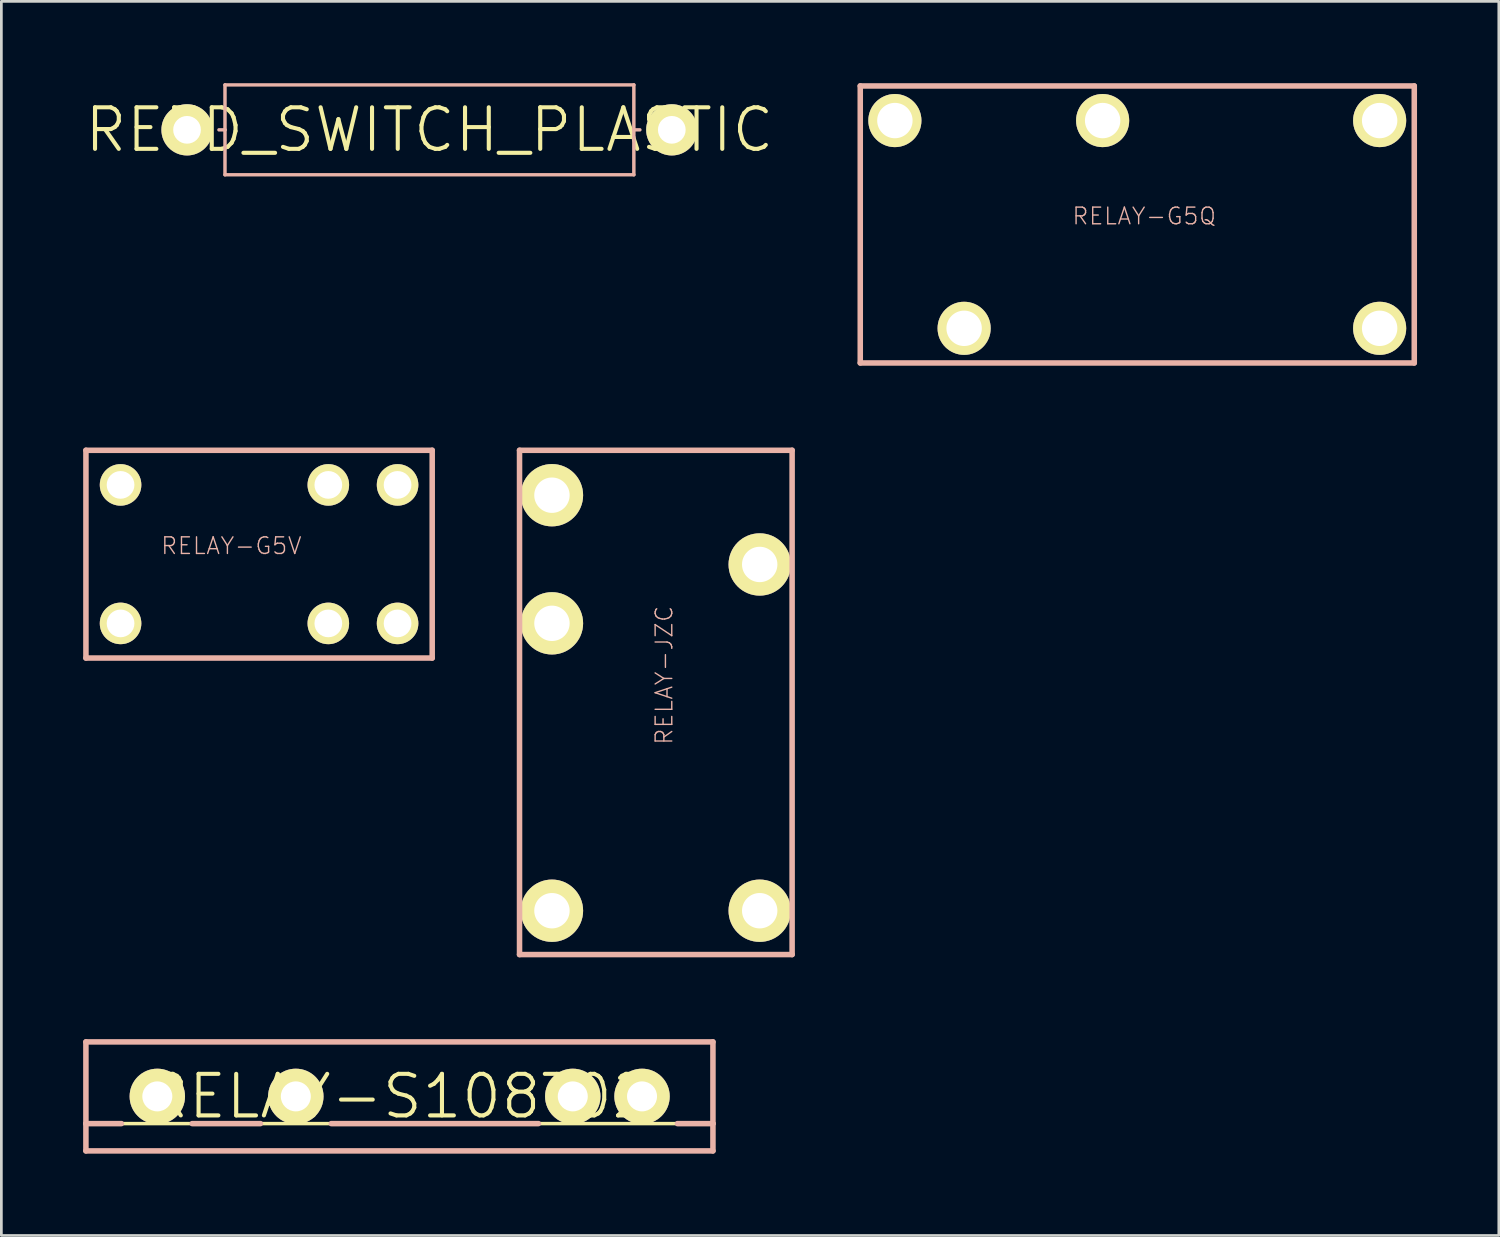
<source format=kicad_pcb>
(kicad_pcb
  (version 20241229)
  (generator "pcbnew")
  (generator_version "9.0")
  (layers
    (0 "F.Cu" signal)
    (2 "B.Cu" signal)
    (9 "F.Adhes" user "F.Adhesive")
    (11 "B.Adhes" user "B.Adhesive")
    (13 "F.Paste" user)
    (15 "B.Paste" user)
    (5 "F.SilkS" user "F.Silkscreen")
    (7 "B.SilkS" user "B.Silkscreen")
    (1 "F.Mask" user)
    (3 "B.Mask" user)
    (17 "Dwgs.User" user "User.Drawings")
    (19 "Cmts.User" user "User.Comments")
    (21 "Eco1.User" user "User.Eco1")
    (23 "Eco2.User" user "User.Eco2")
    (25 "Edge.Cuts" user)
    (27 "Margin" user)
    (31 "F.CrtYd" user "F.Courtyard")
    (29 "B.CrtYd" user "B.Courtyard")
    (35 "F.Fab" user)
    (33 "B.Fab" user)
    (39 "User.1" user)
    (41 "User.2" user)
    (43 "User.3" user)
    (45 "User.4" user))
  (footprint "REED_SWITCH_PLASTIC"
    (layer "F.Cu")
    (at 12.7 1.712)
    (property "Reference" "REED_SWITCH_PLASTIC" (at 0 0 0) (layer "F.SilkS") (effects (font (size 1.524 1.524) (thickness 0.15))))
    (attr exclude_from_pos_files exclude_from_bom)
    (fp_line (start -7.498 -1.648) (end 7.498 -1.648) (stroke (width 0.127) (type solid)) (layer "B.SilkS"))
    (fp_line (start -7.498 0) (end -7.719 0) (stroke (width 0.127) (type solid)) (layer "B.SilkS"))
    (fp_line (start -7.498 0) (end -7.498 -1.648) (stroke (width 0.127) (type solid)) (layer "B.SilkS"))
    (fp_line (start -7.498 1.648) (end -7.498 0) (stroke (width 0.127) (type solid)) (layer "B.SilkS"))
    (fp_line (start -7.498 1.648) (end 7.498 1.648) (stroke (width 0.127) (type solid)) (layer "B.SilkS"))
    (fp_line (start 7.498 -1.648) (end 7.498 0) (stroke (width 0.127) (type solid)) (layer "B.SilkS"))
    (fp_line (start 7.498 0) (end 7.498 1.648) (stroke (width 0.127) (type solid)) (layer "B.SilkS"))
    (fp_line (start 7.498 0) (end 7.719 0) (stroke (width 0.127) (type solid)) (layer "B.SilkS"))
    (pad "P$1" thru_hole circle (at -8.89 0) (size 1.88 1.88) (drill 1.016) (layers "*.Cu" "F.Mask" "F.SilkS" "F.Paste"))
    (pad "P$2" thru_hole circle (at 8.89 0) (size 1.88 1.88) (drill 1.016) (layers "*.Cu" "F.Mask" "F.SilkS" "F.Paste")))
  (footprint "RELAY-S108T02"
    (layer "F.Cu")
    (at 11.6 37.163)
    (property "Reference" "RELAY-S108T02" (at 0 0 0) (layer "F.SilkS") (effects (font (size 1.524 1.524) (thickness 0.15))))
    (attr exclude_from_pos_files exclude_from_bom)
    (fp_line (start -11.499 0.998) (end 11.499 0.998) (stroke (width 0.127) (type solid)) (layer "F.SilkS"))
    (fp_line (start -11.499 -1.999) (end 11.499 -1.999) (stroke (width 0.203) (type solid)) (layer "B.SilkS"))
    (fp_line (start -11.499 0.998) (end -11.499 -1.999) (stroke (width 0.203) (type solid)) (layer "B.SilkS"))
    (fp_line (start -11.499 1.999) (end -11.499 0.998) (stroke (width 0.203) (type solid)) (layer "B.SilkS"))
    (fp_line (start -10.198 0.998) (end -11.499 0.998) (stroke (width 0.203) (type solid)) (layer "B.SilkS"))
    (fp_line (start -7.6 0.998) (end -5.098 0.998) (stroke (width 0.203) (type solid)) (layer "B.SilkS"))
    (fp_line (start -2.499 0.998) (end 5.098 0.998) (stroke (width 0.203) (type solid)) (layer "B.SilkS"))
    (fp_line (start 11.499 -1.999) (end 11.499 0.998) (stroke (width 0.203) (type solid)) (layer "B.SilkS"))
    (fp_line (start 11.499 0.998) (end 10.198 0.998) (stroke (width 0.203) (type solid)) (layer "B.SilkS"))
    (fp_line (start 11.499 0.998) (end 11.499 1.999) (stroke (width 0.203) (type solid)) (layer "B.SilkS"))
    (fp_line (start 11.499 1.999) (end -11.499 1.999) (stroke (width 0.203) (type solid)) (layer "B.SilkS"))
    (pad "1" thru_hole circle (at -8.88 0) (size 2.032 2.032) (drill 1.1) (layers "*.Cu" "F.Mask" "F.SilkS" "F.Paste"))
    (pad "2" thru_hole circle (at -3.8 0) (size 2.032 2.032) (drill 1.1) (layers "*.Cu" "F.Mask" "F.SilkS" "F.Paste"))
    (pad "3" thru_hole circle (at 6.358 0) (size 2.032 2.032) (drill 1.1) (layers "*.Cu" "F.Mask" "F.SilkS" "F.Paste"))
    (pad "4" thru_hole circle (at 8.898 0) (size 2.032 2.032) (drill 1.1) (layers "*.Cu" "F.Mask" "F.SilkS" "F.Paste")))
  (footprint "RELAY-G5Q"
    (layer "F.Cu")
    (at 38.662 5.182)
    (property "Reference" "RELAY-G5Q" (at 0.254 -0.305 0) (layer "B.SilkS") (effects (font (size 0.61 0.61) (thickness 0.051))))
    (attr exclude_from_pos_files exclude_from_bom)
    (fp_line (start -10.16 -5.08) (end 10.16 -5.08) (stroke (width 0.203) (type solid)) (layer "B.SilkS"))
    (fp_line (start -10.16 5.08) (end -10.16 -5.08) (stroke (width 0.203) (type solid)) (layer "B.SilkS"))
    (fp_line (start 10.16 -5.08) (end 10.16 5.08) (stroke (width 0.203) (type solid)) (layer "B.SilkS"))
    (fp_line (start 10.16 5.08) (end -10.16 5.08) (stroke (width 0.203) (type solid)) (layer "B.SilkS"))
    (pad "1" thru_hole circle (at 8.89 -3.81) (size 1.948 1.948) (drill 1.298) (layers "*.Cu" "F.Mask" "F.SilkS" "F.Paste"))
    (pad "2" thru_hole circle (at -1.27 -3.81) (size 1.948 1.948) (drill 1.298) (layers "*.Cu" "F.Mask" "F.SilkS" "F.Paste"))
    (pad "3" thru_hole circle (at -8.89 -3.81) (size 1.948 1.948) (drill 1.298) (layers "*.Cu" "F.Mask" "F.SilkS" "F.Paste"))
    (pad "4" thru_hole circle (at -6.35 3.81) (size 1.948 1.948) (drill 1.298) (layers "*.Cu" "F.Mask" "F.SilkS" "F.Paste"))
    (pad "5" thru_hole circle (at 8.89 3.81) (size 1.948 1.948) (drill 1.298) (layers "*.Cu" "F.Mask" "F.SilkS" "F.Paste")))
  (footprint "RELAY-G5V"
    (layer "F.Cu")
    (at 6.452 17.275)
    (property "Reference" "RELAY-G5V" (at -1.016 -0.305 0) (layer "B.SilkS") (effects (font (size 0.61 0.61) (thickness 0.051))))
    (attr exclude_from_pos_files exclude_from_bom)
    (fp_line (start -6.35 -3.81) (end 6.35 -3.81) (stroke (width 0.203) (type solid)) (layer "B.SilkS"))
    (fp_line (start -6.35 3.81) (end -6.35 -3.81) (stroke (width 0.203) (type solid)) (layer "B.SilkS"))
    (fp_line (start 6.35 -3.81) (end 6.35 3.81) (stroke (width 0.203) (type solid)) (layer "B.SilkS"))
    (fp_line (start 6.35 3.81) (end -6.35 3.81) (stroke (width 0.203) (type solid)) (layer "B.SilkS"))
    (pad "1" thru_hole circle (at 5.08 -2.54) (size 1.524 1.524) (drill 1.016) (layers "*.Cu" "F.Mask" "F.SilkS" "F.Paste"))
    (pad "2" thru_hole circle (at 2.54 -2.54) (size 1.524 1.524) (drill 1.016) (layers "*.Cu" "F.Mask" "F.SilkS" "F.Paste"))
    (pad "5" thru_hole circle (at -5.08 -2.54) (size 1.524 1.524) (drill 1.016) (layers "*.Cu" "F.Mask" "F.SilkS" "F.Paste"))
    (pad "6" thru_hole circle (at -5.08 2.54) (size 1.524 1.524) (drill 1.016) (layers "*.Cu" "F.Mask" "F.SilkS" "F.Paste"))
    (pad "9" thru_hole circle (at 2.54 2.54) (size 1.524 1.524) (drill 1.016) (layers "*.Cu" "F.Mask" "F.SilkS" "F.Paste"))
    (pad "10" thru_hole circle (at 5.08 2.54) (size 1.524 1.524) (drill 1.016) (layers "*.Cu" "F.Mask" "F.SilkS" "F.Paste")))
  (footprint "RELAY-JZC"
    (layer "F.Cu")
    (at 21.004 21.463)
    (property "Reference" "RELAY-JZC" (at 0.305 0.254 270) (layer "B.SilkS") (effects (font (size 0.61 0.61) (thickness 0.051))))
    (attr exclude_from_pos_files exclude_from_bom)
    (fp_line (start -4.999 -7.998) (end 4.999 -7.998) (stroke (width 0.203) (type solid)) (layer "B.SilkS"))
    (fp_line (start -4.999 10.498) (end -4.999 -7.998) (stroke (width 0.203) (type solid)) (layer "B.SilkS"))
    (fp_line (start 4.999 -7.998) (end 4.999 10.498) (stroke (width 0.203) (type solid)) (layer "B.SilkS"))
    (fp_line (start 4.999 10.498) (end -4.999 10.498) (stroke (width 0.203) (type solid)) (layer "B.SilkS"))
    (pad "1" thru_hole circle (at 3.81 8.89) (size 2.286 2.286) (drill 1.298) (layers "*.Cu" "F.Mask" "F.SilkS" "F.Paste"))
    (pad "2" thru_hole circle (at -3.81 -1.651) (size 2.286 2.286) (drill 1.298) (layers "*.Cu" "F.Mask" "F.SilkS" "F.Paste"))
    (pad "3" thru_hole circle (at -3.81 -6.35) (size 2.286 2.286) (drill 1.298) (layers "*.Cu" "F.Mask" "F.SilkS" "F.Paste"))
    (pad "4" thru_hole circle (at 3.81 -3.81) (size 2.286 2.286) (drill 1.298) (layers "*.Cu" "F.Mask" "F.SilkS" "F.Paste"))
    (pad "5" thru_hole circle (at -3.81 8.89) (size 2.286 2.286) (drill 1.298) (layers "*.Cu" "F.Mask" "F.SilkS" "F.Paste")))
  (gr_rect
    (start -3 -3)
    (end 51.923 42.264)
    (stroke (width 0.1) (type default))
    (fill no)
    (layer "Edge.Cuts")))
</source>
